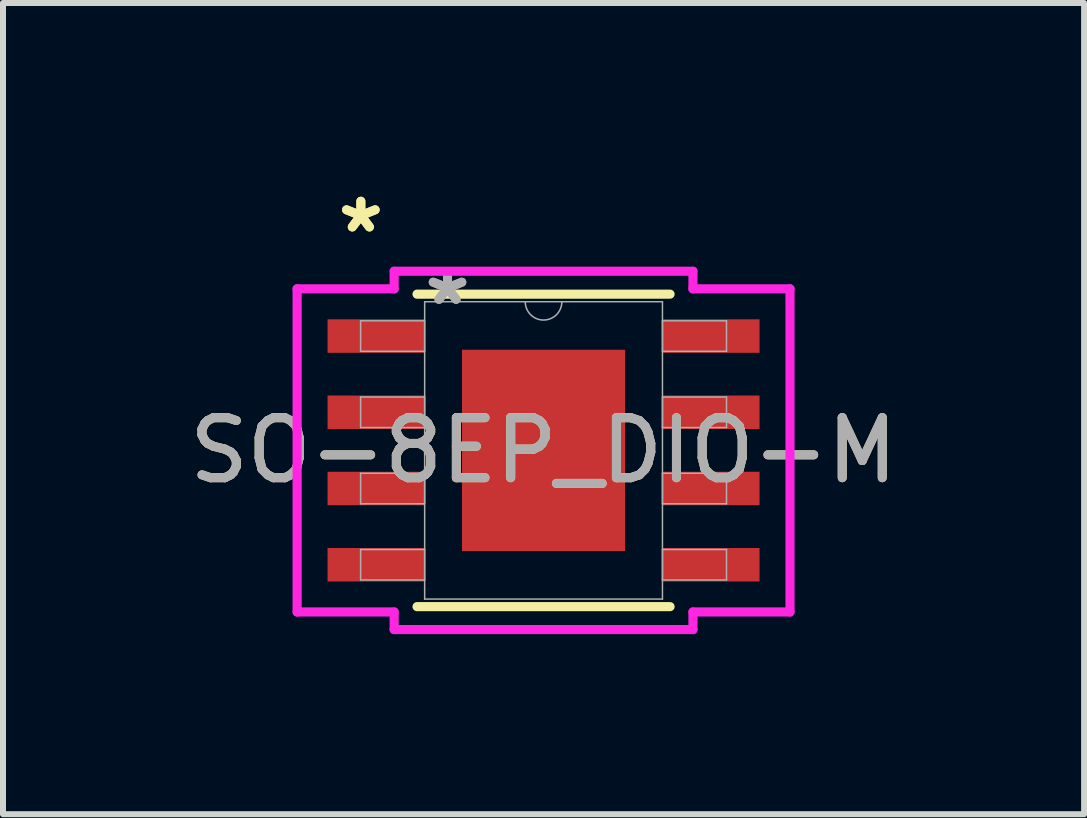
<source format=kicad_pcb>
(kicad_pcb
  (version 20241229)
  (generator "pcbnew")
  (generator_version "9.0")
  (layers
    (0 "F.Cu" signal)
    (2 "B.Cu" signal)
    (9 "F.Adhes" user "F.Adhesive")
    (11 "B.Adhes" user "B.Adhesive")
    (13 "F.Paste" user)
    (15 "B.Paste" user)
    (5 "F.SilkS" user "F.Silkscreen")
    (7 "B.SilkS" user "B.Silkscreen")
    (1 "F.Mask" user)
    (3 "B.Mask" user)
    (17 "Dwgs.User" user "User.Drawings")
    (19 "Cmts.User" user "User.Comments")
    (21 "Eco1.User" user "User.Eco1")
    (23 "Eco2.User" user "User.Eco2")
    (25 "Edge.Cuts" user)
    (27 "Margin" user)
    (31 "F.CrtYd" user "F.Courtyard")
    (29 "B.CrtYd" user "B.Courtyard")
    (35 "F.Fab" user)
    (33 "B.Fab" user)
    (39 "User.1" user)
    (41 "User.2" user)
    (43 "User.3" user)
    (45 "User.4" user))
  (footprint "SO-8EP_DIO-M"
    (layer "F.Cu")
    (at 6.006 4.454)
    (property "Reference" "SO-8EP_DIO-M" (at 0 0 0) (unlocked yes) (layer "F.SilkS") (effects (font (size 1 1) (thickness 0.15))))
    (attr smd)
    (fp_line (start -2.108 2.603) (end 2.108 2.603) (stroke (width 0.152) (type solid)) (layer "F.SilkS"))
    (fp_line (start 2.108 -2.603) (end -2.108 -2.603) (stroke (width 0.152) (type solid)) (layer "F.SilkS"))
    (fp_poly (pts (xy -1.259 -1.576) (xy -1.259 -0.1) (xy -0.1 -0.1) (xy -0.1 -1.576)) (stroke (width 0) (type solid)) (fill yes) (layer "F.Paste"))
    (fp_poly (pts (xy -1.259 0.1) (xy -1.259 1.576) (xy -0.1 1.576) (xy -0.1 0.1)) (stroke (width 0) (type solid)) (fill yes) (layer "F.Paste"))
    (fp_poly (pts (xy 0.1 -1.576) (xy 0.1 -0.1) (xy 1.259 -0.1) (xy 1.259 -1.576)) (stroke (width 0) (type solid)) (fill yes) (layer "F.Paste"))
    (fp_poly (pts (xy 0.1 0.1) (xy 0.1 1.576) (xy 1.259 1.576) (xy 1.259 0.1)) (stroke (width 0) (type solid)) (fill yes) (layer "F.Paste"))
    (fp_line (start -4.106 -2.692) (end -2.489 -2.692) (stroke (width 0.152) (type solid)) (layer "F.CrtYd"))
    (fp_line (start -4.106 2.692) (end -4.106 -2.692) (stroke (width 0.152) (type solid)) (layer "F.CrtYd"))
    (fp_line (start -4.106 2.692) (end -2.489 2.692) (stroke (width 0.152) (type solid)) (layer "F.CrtYd"))
    (fp_line (start -2.489 -2.985) (end 2.489 -2.985) (stroke (width 0.152) (type solid)) (layer "F.CrtYd"))
    (fp_line (start -2.489 -2.692) (end -2.489 -2.985) (stroke (width 0.152) (type solid)) (layer "F.CrtYd"))
    (fp_line (start -2.489 2.985) (end -2.489 2.692) (stroke (width 0.152) (type solid)) (layer "F.CrtYd"))
    (fp_line (start 2.489 -2.985) (end 2.489 -2.692) (stroke (width 0.152) (type solid)) (layer "F.CrtYd"))
    (fp_line (start 2.489 2.692) (end 2.489 2.985) (stroke (width 0.152) (type solid)) (layer "F.CrtYd"))
    (fp_line (start 2.489 2.985) (end -2.489 2.985) (stroke (width 0.152) (type solid)) (layer "F.CrtYd"))
    (fp_line (start 4.106 -2.692) (end 2.489 -2.692) (stroke (width 0.152) (type solid)) (layer "F.CrtYd"))
    (fp_line (start 4.106 -2.692) (end 4.106 2.692) (stroke (width 0.152) (type solid)) (layer "F.CrtYd"))
    (fp_line (start 4.106 2.692) (end 2.489 2.692) (stroke (width 0.152) (type solid)) (layer "F.CrtYd"))
    (fp_line (start -3.048 -2.159) (end -3.048 -1.651) (stroke (width 0.025) (type solid)) (layer "F.Fab"))
    (fp_line (start -3.048 -1.651) (end -1.981 -1.651) (stroke (width 0.025) (type solid)) (layer "F.Fab"))
    (fp_line (start -3.048 -0.889) (end -3.048 -0.381) (stroke (width 0.025) (type solid)) (layer "F.Fab"))
    (fp_line (start -3.048 -0.381) (end -1.981 -0.381) (stroke (width 0.025) (type solid)) (layer "F.Fab"))
    (fp_line (start -3.048 0.381) (end -3.048 0.889) (stroke (width 0.025) (type solid)) (layer "F.Fab"))
    (fp_line (start -3.048 0.889) (end -1.981 0.889) (stroke (width 0.025) (type solid)) (layer "F.Fab"))
    (fp_line (start -3.048 1.651) (end -3.048 2.159) (stroke (width 0.025) (type solid)) (layer "F.Fab"))
    (fp_line (start -3.048 2.159) (end -1.981 2.159) (stroke (width 0.025) (type solid)) (layer "F.Fab"))
    (fp_line (start -1.981 -2.477) (end -1.981 2.477) (stroke (width 0.025) (type solid)) (layer "F.Fab"))
    (fp_line (start -1.981 -2.159) (end -3.048 -2.159) (stroke (width 0.025) (type solid)) (layer "F.Fab"))
    (fp_line (start -1.981 -1.651) (end -1.981 -2.159) (stroke (width 0.025) (type solid)) (layer "F.Fab"))
    (fp_line (start -1.981 -0.889) (end -3.048 -0.889) (stroke (width 0.025) (type solid)) (layer "F.Fab"))
    (fp_line (start -1.981 -0.381) (end -1.981 -0.889) (stroke (width 0.025) (type solid)) (layer "F.Fab"))
    (fp_line (start -1.981 0.381) (end -3.048 0.381) (stroke (width 0.025) (type solid)) (layer "F.Fab"))
    (fp_line (start -1.981 0.889) (end -1.981 0.381) (stroke (width 0.025) (type solid)) (layer "F.Fab"))
    (fp_line (start -1.981 1.651) (end -3.048 1.651) (stroke (width 0.025) (type solid)) (layer "F.Fab"))
    (fp_line (start -1.981 2.159) (end -1.981 1.651) (stroke (width 0.025) (type solid)) (layer "F.Fab"))
    (fp_line (start -1.981 2.477) (end 1.981 2.477) (stroke (width 0.025) (type solid)) (layer "F.Fab"))
    (fp_line (start 1.981 -2.477) (end -1.981 -2.477) (stroke (width 0.025) (type solid)) (layer "F.Fab"))
    (fp_line (start 1.981 -2.159) (end 1.981 -1.651) (stroke (width 0.025) (type solid)) (layer "F.Fab"))
    (fp_line (start 1.981 -1.651) (end 3.048 -1.651) (stroke (width 0.025) (type solid)) (layer "F.Fab"))
    (fp_line (start 1.981 -0.889) (end 1.981 -0.381) (stroke (width 0.025) (type solid)) (layer "F.Fab"))
    (fp_line (start 1.981 -0.381) (end 3.048 -0.381) (stroke (width 0.025) (type solid)) (layer "F.Fab"))
    (fp_line (start 1.981 0.381) (end 1.981 0.889) (stroke (width 0.025) (type solid)) (layer "F.Fab"))
    (fp_line (start 1.981 0.889) (end 3.048 0.889) (stroke (width 0.025) (type solid)) (layer "F.Fab"))
    (fp_line (start 1.981 1.651) (end 1.981 2.159) (stroke (width 0.025) (type solid)) (layer "F.Fab"))
    (fp_line (start 1.981 2.159) (end 3.048 2.159) (stroke (width 0.025) (type solid)) (layer "F.Fab"))
    (fp_line (start 1.981 2.477) (end 1.981 -2.477) (stroke (width 0.025) (type solid)) (layer "F.Fab"))
    (fp_line (start 3.048 -2.159) (end 1.981 -2.159) (stroke (width 0.025) (type solid)) (layer "F.Fab"))
    (fp_line (start 3.048 -1.651) (end 3.048 -2.159) (stroke (width 0.025) (type solid)) (layer "F.Fab"))
    (fp_line (start 3.048 -0.889) (end 1.981 -0.889) (stroke (width 0.025) (type solid)) (layer "F.Fab"))
    (fp_line (start 3.048 -0.381) (end 3.048 -0.889) (stroke (width 0.025) (type solid)) (layer "F.Fab"))
    (fp_line (start 3.048 0.381) (end 1.981 0.381) (stroke (width 0.025) (type solid)) (layer "F.Fab"))
    (fp_line (start 3.048 0.889) (end 3.048 0.381) (stroke (width 0.025) (type solid)) (layer "F.Fab"))
    (fp_line (start 3.048 1.651) (end 1.981 1.651) (stroke (width 0.025) (type solid)) (layer "F.Fab"))
    (fp_line (start 3.048 2.159) (end 3.048 1.651) (stroke (width 0.025) (type solid)) (layer "F.Fab"))
    (fp_arc (start 0.3048 -2.4765) (mid 0 -2.1717) (end -0.3048 -2.4765) (stroke (width 0.0254) (type solid)) (layer "F.Fab"))
    (fp_text user "*" (at -3.044 -3.606 0) (unlocked yes) (layer "F.SilkS") (effects (font (size 1 1) (thickness 0.15))))
    (fp_text user "*" (at -3.044 -3.606 0) (layer "F.SilkS") (effects (font (size 1 1) (thickness 0.15))))
    (fp_text user "*" (at -1.6 -2.4 0) (layer "F.Fab") (effects (font (size 1 1) (thickness 0.15))))
    (fp_text user "${REFERENCE}" (at 0 0 0) (unlocked yes) (layer "F.Fab") (effects (font (size 1 1) (thickness 0.15))))
    (fp_text user "*" (at -1.6 -2.4 0) (unlocked yes) (layer "F.Fab") (effects (font (size 1 1) (thickness 0.15))))
    (pad "1" smd rect (at -2.79 -1.905) (size 1.617 0.558) (layers "F.Cu" "F.Mask" "F.Paste"))
    (pad "2" smd rect (at -2.79 -0.635) (size 1.617 0.558) (layers "F.Cu" "F.Mask" "F.Paste"))
    (pad "3" smd rect (at -2.79 0.635) (size 1.617 0.558) (layers "F.Cu" "F.Mask" "F.Paste"))
    (pad "4" smd rect (at -2.79 1.905) (size 1.617 0.558) (layers "F.Cu" "F.Mask" "F.Paste"))
    (pad "5" smd rect (at 2.79 1.905) (size 1.617 0.558) (layers "F.Cu" "F.Mask" "F.Paste"))
    (pad "6" smd rect (at 2.79 0.635) (size 1.617 0.558) (layers "F.Cu" "F.Mask" "F.Paste"))
    (pad "7" smd rect (at 2.79 -0.635) (size 1.617 0.558) (layers "F.Cu" "F.Mask" "F.Paste"))
    (pad "8" smd rect (at 2.79 -1.905) (size 1.617 0.558) (layers "F.Cu" "F.Mask" "F.Paste"))
    (pad "EPAD" smd rect (at 0 0) (size 2.718 3.353) (layers "F.Cu" "F.Mask")))
  (gr_rect
    (start -3 -3)
    (end 15.012 10.515)
    (stroke (width 0.1) (type default))
    (fill no)
    (layer "Edge.Cuts")))
</source>
